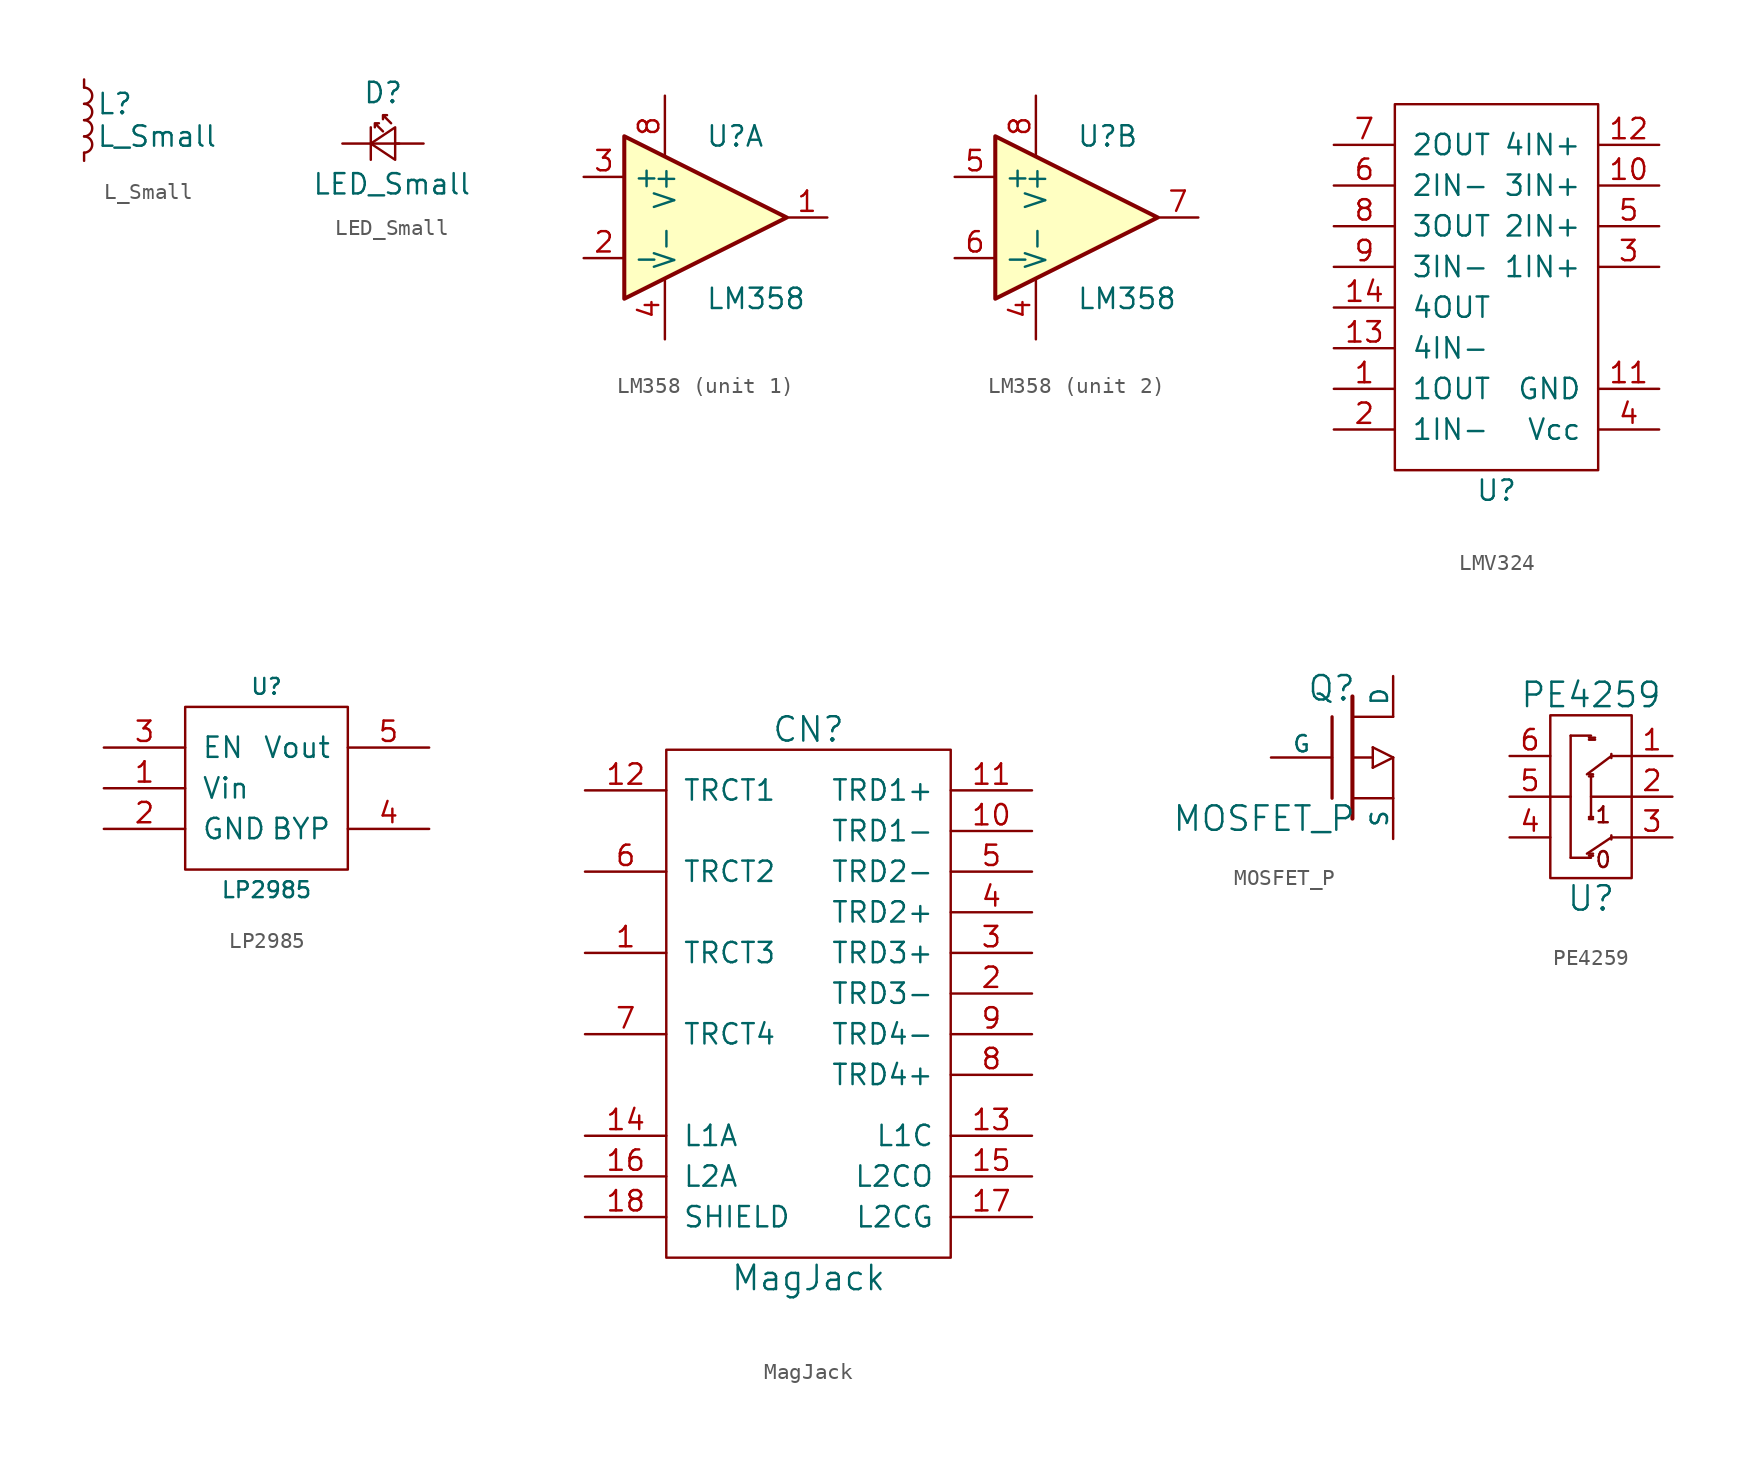
<source format=kicad_sym>
(kicad_symbol_lib
  (version 20220914)
  (generator kicad_symbol_editor)
  (symbol "L_Small"
    (pin_numbers hide)
    (pin_names
      (offset 0.254) hide)
    (property "Reference" "L"
      (at 0.762 1.016 0)
      (effects (font (size 1.27 1.27)) (justify left)))
    (property "Value" "L_Small"
      (at 0.762 -1.016 0)
      (effects (font (size 1.27 1.27)) (justify left)))
    (symbol "L_Small_0_1"
      (arc (start 0 -2.032) (mid 0.5058 -1.524) (end 0 -1.016) (stroke (width 0) (type solid)) (fill (type none)))
      (arc (start 0 -1.016) (mid 0.5058 -0.508) (end 0 0) (stroke (width 0) (type solid)) (fill (type none)))
      (arc (start 0 0) (mid 0.5058 0.508) (end 0 1.016) (stroke (width 0) (type solid)) (fill (type none)))
      (arc (start 0 1.016) (mid 0.5058 1.524) (end 0 2.032) (stroke (width 0) (type solid)) (fill (type none))))
    (symbol "L_Small_1_1"
      (pin passive line (at 0 2.54 270) (length 0.508) (name "~" (effects (font (size 1.27 1.27)))) (number "1" (effects (font (size 1.27 1.27)))))
      (pin passive line (at 0 -2.54 90) (length 0.508) (name "~" (effects (font (size 1.27 1.27)))) (number "2" (effects (font (size 1.27 1.27)))))))
  (symbol "LED_Small"
    (pin_numbers hide)
    (pin_names
      (offset 0.254) hide)
    (property "Reference" "D"
      (at -1.27 3.175 0)
      (effects (font (size 1.27 1.27)) (justify left)))
    (property "Value" "LED_Small"
      (at -4.445 -2.54 0)
      (effects (font (size 1.27 1.27)) (justify left)))
    (symbol "LED_Small_0_1"
      (polyline (pts (xy -0.762 -1.016) (xy -0.762 1.016)) (stroke (width 0) (type solid)) (fill (type none)))
      (polyline (pts (xy 1.016 0) (xy -0.762 0)) (stroke (width 0) (type solid)) (fill (type none)))
      (polyline (pts (xy 0.762 -1.016) (xy -0.762 0) (xy 0.762 1.016) (xy 0.762 -1.016)) (stroke (width 0) (type solid)) (fill (type none)))
      (polyline (pts (xy 0 0.762) (xy -0.508 1.27) (xy -0.254 1.27) (xy -0.508 1.27) (xy -0.508 1.016)) (stroke (width 0) (type solid)) (fill (type none)))
      (polyline (pts (xy 0.508 1.27) (xy 0 1.778) (xy 0.254 1.778) (xy 0 1.778) (xy 0 1.524)) (stroke (width 0) (type solid)) (fill (type none))))
    (symbol "LED_Small_1_1"
      (pin passive line (at -2.54 0 0) (length 1.778) (name "K" (effects (font (size 1.27 1.27)))) (number "1" (effects (font (size 1.27 1.27)))))
      (pin passive line (at 2.54 0 180) (length 1.778) (name "A" (effects (font (size 1.27 1.27)))) (number "2" (effects (font (size 1.27 1.27)))))))
  (symbol "LM358"
    (property "Reference" "U"
      (at 0 5.08 0)
      (effects (font (size 1.27 1.27)) (justify left)))
    (property "Value" "LM358"
      (at 0 -5.08 0)
      (effects (font (size 1.27 1.27)) (justify left)))
    (symbol "LM358_0_1"
      (polyline (pts (xy -5.08 5.08) (xy 5.08 0) (xy -5.08 -5.08) (xy -5.08 5.08)) (stroke (width 0.254) (type solid)) (fill (type background)))
      (pin power_in line (at -2.54 -7.62 90) (length 3.81) (name "V-" (effects (font (size 1.27 1.27)))) (number "4" (effects (font (size 1.27 1.27)))))
      (pin power_in line (at -2.54 7.62 270) (length 3.81) (name "V+" (effects (font (size 1.27 1.27)))) (number "8" (effects (font (size 1.27 1.27))))))
    (symbol "LM358_1_1"
      (pin output line (at 7.62 0 180) (length 2.54) (name "~" (effects (font (size 1.27 1.27)))) (number "1" (effects (font (size 1.27 1.27)))))
      (pin input line (at -7.62 -2.54 0) (length 2.54) (name "-" (effects (font (size 1.27 1.27)))) (number "2" (effects (font (size 1.27 1.27)))))
      (pin input line (at -7.62 2.54 0) (length 2.54) (name "+" (effects (font (size 1.27 1.27)))) (number "3" (effects (font (size 1.27 1.27))))))
    (symbol "LM358_2_1"
      (pin input line (at -7.62 2.54 0) (length 2.54) (name "+" (effects (font (size 1.27 1.27)))) (number "5" (effects (font (size 1.27 1.27)))))
      (pin input line (at -7.62 -2.54 0) (length 2.54) (name "-" (effects (font (size 1.27 1.27)))) (number "6" (effects (font (size 1.27 1.27)))))
      (pin output line (at 7.62 0 180) (length 2.54) (name "~" (effects (font (size 1.27 1.27)))) (number "7" (effects (font (size 1.27 1.27)))))))
  (symbol "LMV324"
    (pin_names
      (offset 1.016))
    (property "Reference" "U"
      (at 0 -7.62 0)
      (effects (font (size 1.27 1.27))))
    (symbol "LMV324_0_1"
      (rectangle (start -6.35 16.51) (end 6.35 -6.35) (stroke (width 0) (type solid)) (fill (type none))))
    (symbol "LMV324_1_1"
      (pin power_out line (at -10.16 -1.27 0) (length 3.81) (name "1OUT" (effects (font (size 1.27 1.27)))) (number "1" (effects (font (size 1.27 1.27)))))
      (pin input line (at 10.16 11.43 180) (length 3.81) (name "3IN+" (effects (font (size 1.27 1.27)))) (number "10" (effects (font (size 1.27 1.27)))))
      (pin power_out line (at 10.16 -1.27 180) (length 3.81) (name "GND" (effects (font (size 1.27 1.27)))) (number "11" (effects (font (size 1.27 1.27)))))
      (pin power_out line (at 10.16 13.97 180) (length 3.81) (name "4IN+" (effects (font (size 1.27 1.27)))) (number "12" (effects (font (size 1.27 1.27)))))
      (pin power_out line (at -10.16 1.27 0) (length 3.81) (name "4IN-" (effects (font (size 1.27 1.27)))) (number "13" (effects (font (size 1.27 1.27)))))
      (pin power_out line (at -10.16 3.81 0) (length 3.81) (name "4OUT" (effects (font (size 1.27 1.27)))) (number "14" (effects (font (size 1.27 1.27)))))
      (pin power_out line (at -10.16 -3.81 0) (length 3.81) (name "1IN-" (effects (font (size 1.27 1.27)))) (number "2" (effects (font (size 1.27 1.27)))))
      (pin power_out line (at 10.16 6.35 180) (length 3.81) (name "1IN+" (effects (font (size 1.27 1.27)))) (number "3" (effects (font (size 1.27 1.27)))))
      (pin input line (at 10.16 -3.81 180) (length 3.81) (name "Vcc" (effects (font (size 1.27 1.27)))) (number "4" (effects (font (size 1.27 1.27)))))
      (pin power_in line (at 10.16 8.89 180) (length 3.81) (name "2IN+" (effects (font (size 1.27 1.27)))) (number "5" (effects (font (size 1.27 1.27)))))
      (pin input line (at -10.16 11.43 0) (length 3.81) (name "2IN-" (effects (font (size 1.27 1.27)))) (number "6" (effects (font (size 1.27 1.27)))))
      (pin power_in line (at -10.16 13.97 0) (length 3.81) (name "2OUT" (effects (font (size 1.27 1.27)))) (number "7" (effects (font (size 1.27 1.27)))))
      (pin input line (at -10.16 8.89 0) (length 3.81) (name "3OUT" (effects (font (size 1.27 1.27)))) (number "8" (effects (font (size 1.27 1.27)))))
      (pin input line (at -10.16 6.35 0) (length 3.81) (name "3IN-" (effects (font (size 1.27 1.27)))) (number "9" (effects (font (size 1.27 1.27)))))))
  (symbol "LP2985"
    (pin_names
      (offset 1.016))
    (property "Reference" "U"
      (at 5.08 6.35 0)
      (effects (font (size 0.991 0.991))))
    (property "Value" "LP2985"
      (at 5.08 -6.35 0)
      (effects (font (size 0.991 0.991))))
    (property "Footprint" ""
      (at 0 0 0)
      (effects (font (size 1.524 1.524))))
    (property "Datasheet" ""
      (at 0 0 0)
      (effects (font (size 1.524 1.524))))
    (symbol "LP2985_0_1"
      (rectangle (start 0 5.08) (end 10.16 -5.08) (stroke (width 0) (type solid)) (fill (type none))))
    (symbol "LP2985_1_1"
      (pin power_in line (at -5.08 0 0) (length 5.08) (name "Vin" (effects (font (size 1.27 1.27)))) (number "1" (effects (font (size 1.27 1.27)))))
      (pin power_in line (at -5.08 -2.54 0) (length 5.08) (name "GND" (effects (font (size 1.27 1.27)))) (number "2" (effects (font (size 1.27 1.27)))))
      (pin input line (at -5.08 2.54 0) (length 5.08) (name "EN" (effects (font (size 1.27 1.27)))) (number "3" (effects (font (size 1.27 1.27)))))
      (pin input line (at 15.24 -2.54 180) (length 5.08) (name "BYP" (effects (font (size 1.27 1.27)))) (number "4" (effects (font (size 1.27 1.27)))))
      (pin power_out line (at 15.24 2.54 180) (length 5.08) (name "Vout" (effects (font (size 1.27 1.27)))) (number "5" (effects (font (size 1.27 1.27)))))))
  (symbol "MagJack"
    (pin_names
      (offset 1.016))
    (property "Reference" "CN"
      (at 0 17.78 0)
      (effects (font (size 1.524 1.524))))
    (property "Value" "MagJack"
      (at 0 -16.51 0)
      (effects (font (size 1.524 1.524))))
    (property "Footprint" ""
      (at 0 0 0)
      (effects (font (size 1.524 1.524))))
    (property "Datasheet" ""
      (at 0 0 0)
      (effects (font (size 1.524 1.524))))
    (symbol "MagJack_0_1"
      (rectangle (start -8.89 16.51) (end 8.89 -15.24) (stroke (width 0) (type solid)) (fill (type none)))
      (pin bidirectional line (at 13.97 -10.16 180) (length 5.08) (name "L2CO" (effects (font (size 1.27 1.27)))) (number "15" (effects (font (size 1.27 1.27)))))
      (pin bidirectional line (at -13.97 -10.16 0) (length 5.08) (name "L2A" (effects (font (size 1.27 1.27)))) (number "16" (effects (font (size 1.27 1.27)))))
      (pin bidirectional line (at 13.97 -12.7 180) (length 5.08) (name "L2CG" (effects (font (size 1.27 1.27)))) (number "17" (effects (font (size 1.27 1.27)))))
      (pin power_in line (at -13.97 -12.7 0) (length 5.08) (name "SHIELD" (effects (font (size 1.27 1.27)))) (number "18" (effects (font (size 1.27 1.27))))))
    (symbol "MagJack_1_1"
      (pin bidirectional line (at -13.97 3.81 0) (length 5.08) (name "TRCT3" (effects (font (size 1.27 1.27)))) (number "1" (effects (font (size 1.27 1.27)))))
      (pin bidirectional line (at 13.97 11.43 180) (length 5.08) (name "TRD1-" (effects (font (size 1.27 1.27)))) (number "10" (effects (font (size 1.27 1.27)))))
      (pin bidirectional line (at 13.97 13.97 180) (length 5.08) (name "TRD1+" (effects (font (size 1.27 1.27)))) (number "11" (effects (font (size 1.27 1.27)))))
      (pin bidirectional line (at -13.97 13.97 0) (length 5.08) (name "TRCT1" (effects (font (size 1.27 1.27)))) (number "12" (effects (font (size 1.27 1.27)))))
      (pin bidirectional line (at 13.97 -7.62 180) (length 5.08) (name "L1C" (effects (font (size 1.27 1.27)))) (number "13" (effects (font (size 1.27 1.27)))))
      (pin bidirectional line (at -13.97 -7.62 0) (length 5.08) (name "L1A" (effects (font (size 1.27 1.27)))) (number "14" (effects (font (size 1.27 1.27)))))
      (pin bidirectional line (at 13.97 1.27 180) (length 5.08) (name "TRD3-" (effects (font (size 1.27 1.27)))) (number "2" (effects (font (size 1.27 1.27)))))
      (pin bidirectional line (at 13.97 3.81 180) (length 5.08) (name "TRD3+" (effects (font (size 1.27 1.27)))) (number "3" (effects (font (size 1.27 1.27)))))
      (pin bidirectional line (at 13.97 6.35 180) (length 5.08) (name "TRD2+" (effects (font (size 1.27 1.27)))) (number "4" (effects (font (size 1.27 1.27)))))
      (pin bidirectional line (at 13.97 8.89 180) (length 5.08) (name "TRD2-" (effects (font (size 1.27 1.27)))) (number "5" (effects (font (size 1.27 1.27)))))
      (pin bidirectional line (at -13.97 8.89 0) (length 5.08) (name "TRCT2" (effects (font (size 1.27 1.27)))) (number "6" (effects (font (size 1.27 1.27)))))
      (pin bidirectional line (at -13.97 -1.27 0) (length 5.08) (name "TRCT4" (effects (font (size 1.27 1.27)))) (number "7" (effects (font (size 1.27 1.27)))))
      (pin bidirectional line (at 13.97 -3.81 180) (length 5.08) (name "TRD4+" (effects (font (size 1.27 1.27)))) (number "8" (effects (font (size 1.27 1.27)))))
      (pin bidirectional line (at 13.97 -1.27 180) (length 5.08) (name "TRD4-" (effects (font (size 1.27 1.27)))) (number "9" (effects (font (size 1.27 1.27)))))))
  (symbol "MOSFET_P"
    (pin_numbers hide)
    (pin_names
      (offset 0))
    (property "Reference" "Q"
      (at 0.254 4.318 0)
      (effects (font (size 1.524 1.524)) (justify right)))
    (property "Value" "MOSFET_P"
      (at 0.254 -3.81 0)
      (effects (font (size 1.524 1.524)) (justify right)))
    (property "Footprint" ""
      (at 0 0 0)
      (effects (font (size 1.524 1.524))))
    (property "Datasheet" ""
      (at 0 0 0)
      (effects (font (size 1.524 1.524))))
    (symbol "MOSFET_P_0_1"
      (polyline (pts (xy -1.27 -2.54) (xy -1.27 2.54)) (stroke (width 0.203) (type solid)) (fill (type none)))
      (polyline (pts (xy 0 -3.81) (xy 0 3.81)) (stroke (width 0.254) (type solid)) (fill (type none)))
      (polyline (pts (xy 0 0) (xy 1.27 0)) (stroke (width 0) (type solid)) (fill (type none)))
      (polyline (pts (xy 1.27 -0.635) (xy 2.54 0)) (stroke (width 0) (type solid)) (fill (type none)))
      (polyline (pts (xy 1.27 0.635) (xy 1.27 -0.635)) (stroke (width 0) (type solid)) (fill (type none)))
      (polyline (pts (xy 1.27 0.635) (xy 2.54 0)) (stroke (width 0) (type solid)) (fill (type none)))
      (polyline (pts (xy 2.54 -2.54) (xy 0 -2.54)) (stroke (width 0) (type solid)) (fill (type none)))
      (polyline (pts (xy 2.54 0) (xy 2.54 -2.54)) (stroke (width 0) (type solid)) (fill (type none)))
      (polyline (pts (xy 2.54 2.54) (xy 0 2.54)) (stroke (width 0) (type solid)) (fill (type none))))
    (symbol "MOSFET_P_1_1"
      (pin input line (at -5.08 0 0) (length 3.81) (name "G" (effects (font (size 1.016 1.016)))) (number "1" (effects (font (size 1.016 1.016)))))
      (pin passive line (at 2.54 -5.08 90) (length 2.54) (name "S" (effects (font (size 1.016 1.016)))) (number "2" (effects (font (size 1.016 1.016)))))
      (pin passive line (at 2.54 5.08 270) (length 2.54) (name "D" (effects (font (size 1.016 1.016)))) (number "3" (effects (font (size 1.016 1.016)))))))
  (symbol "PE4259"
    (pin_names
      (offset 1.016))
    (property "Reference" "U"
      (at 0 -6.35 0)
      (effects (font (size 1.524 1.524))))
    (property "Value" "PE4259"
      (at 0 6.35 0)
      (effects (font (size 1.524 1.524))))
    (property "Footprint" ""
      (at 0 0 0)
      (effects (font (size 1.524 1.524))))
    (property "Datasheet" ""
      (at 0 0 0)
      (effects (font (size 1.524 1.524))))
    (symbol "PE4259_0_0"
      (rectangle (start -2.54 5.08) (end 2.54 -5.08) (stroke (width 0) (type solid)) (fill (type none)))
      (text "0" (at 0.762 -3.937 0) (effects (font (size 0.991 0.991))))
      (text "1" (at 0.762 -1.143 0) (effects (font (size 0.991 0.991)))))
    (symbol "PE4259_0_1"
      (polyline (pts (xy -2.54 0) (xy -1.27 0)) (stroke (width 0) (type solid)) (fill (type none)))
      (polyline (pts (xy -1.27 -3.81) (xy 0 -3.81)) (stroke (width 0) (type solid)) (fill (type none)))
      (polyline (pts (xy -1.27 3.81) (xy -1.27 -3.81)) (stroke (width 0) (type solid)) (fill (type none)))
      (polyline (pts (xy -1.27 3.81) (xy 0 3.81)) (stroke (width 0) (type solid)) (fill (type none)))
      (polyline (pts (xy -0.127 -3.683) (xy 0.127 -3.683)) (stroke (width 0) (type solid)) (fill (type none)))
      (polyline (pts (xy -0.127 -3.556) (xy 0.127 -3.556)) (stroke (width 0) (type solid)) (fill (type none)))
      (polyline (pts (xy -0.127 -1.397) (xy 0.127 -1.397)) (stroke (width 0) (type solid)) (fill (type none)))
      (polyline (pts (xy -0.127 -1.27) (xy 0.127 -1.27)) (stroke (width 0) (type solid)) (fill (type none)))
      (polyline (pts (xy -0.127 1.27) (xy 0.127 1.27)) (stroke (width 0) (type solid)) (fill (type none)))
      (polyline (pts (xy -0.127 1.397) (xy 0.127 1.397)) (stroke (width 0) (type solid)) (fill (type none)))
      (polyline (pts (xy -0.127 3.556) (xy 0.254 3.556)) (stroke (width 0) (type solid)) (fill (type none)))
      (polyline (pts (xy -0.127 3.683) (xy 0.254 3.683)) (stroke (width 0) (type solid)) (fill (type none)))
      (polyline (pts (xy 0 0) (xy 2.54 0)) (stroke (width 0) (type solid)) (fill (type none)))
      (polyline (pts (xy 0 1.27) (xy 0 -1.27)) (stroke (width 0) (type solid)) (fill (type none)))
      (polyline (pts (xy 1.27 -2.54) (xy -0.254 -3.556)) (stroke (width 0) (type solid)) (fill (type none)))
      (polyline (pts (xy 1.27 -2.54) (xy 2.54 -2.54)) (stroke (width 0) (type solid)) (fill (type none)))
      (polyline (pts (xy 1.27 -2.413) (xy 1.27 -2.667)) (stroke (width 0) (type solid)) (fill (type none)))
      (polyline (pts (xy 1.27 2.54) (xy -0.254 1.397)) (stroke (width 0) (type solid)) (fill (type none)))
      (polyline (pts (xy 1.27 2.54) (xy 2.54 2.54)) (stroke (width 0) (type solid)) (fill (type none)))
      (polyline (pts (xy 1.27 2.667) (xy 1.27 2.413)) (stroke (width 0) (type solid)) (fill (type none))))
    (symbol "PE4259_1_1"
      (pin input line (at 5.08 2.54 180) (length 2.54) (name "~" (effects (font (size 1.27 1.27)))) (number "1" (effects (font (size 1.27 1.27)))))
      (pin input line (at 5.08 0 180) (length 2.54) (name "~" (effects (font (size 1.27 1.27)))) (number "2" (effects (font (size 1.27 1.27)))))
      (pin input line (at 5.08 -2.54 180) (length 2.54) (name "~" (effects (font (size 1.27 1.27)))) (number "3" (effects (font (size 1.27 1.27)))))
      (pin input line (at -5.08 -2.54 0) (length 2.54) (name "~" (effects (font (size 1.27 1.27)))) (number "4" (effects (font (size 1.27 1.27)))))
      (pin input line (at -5.08 0 0) (length 2.54) (name "~" (effects (font (size 1.27 1.27)))) (number "5" (effects (font (size 1.27 1.27)))))
      (pin input line (at -5.08 2.54 0) (length 2.54) (name "~" (effects (font (size 1.27 1.27)))) (number "6" (effects (font (size 1.27 1.27))))))))
</source>
